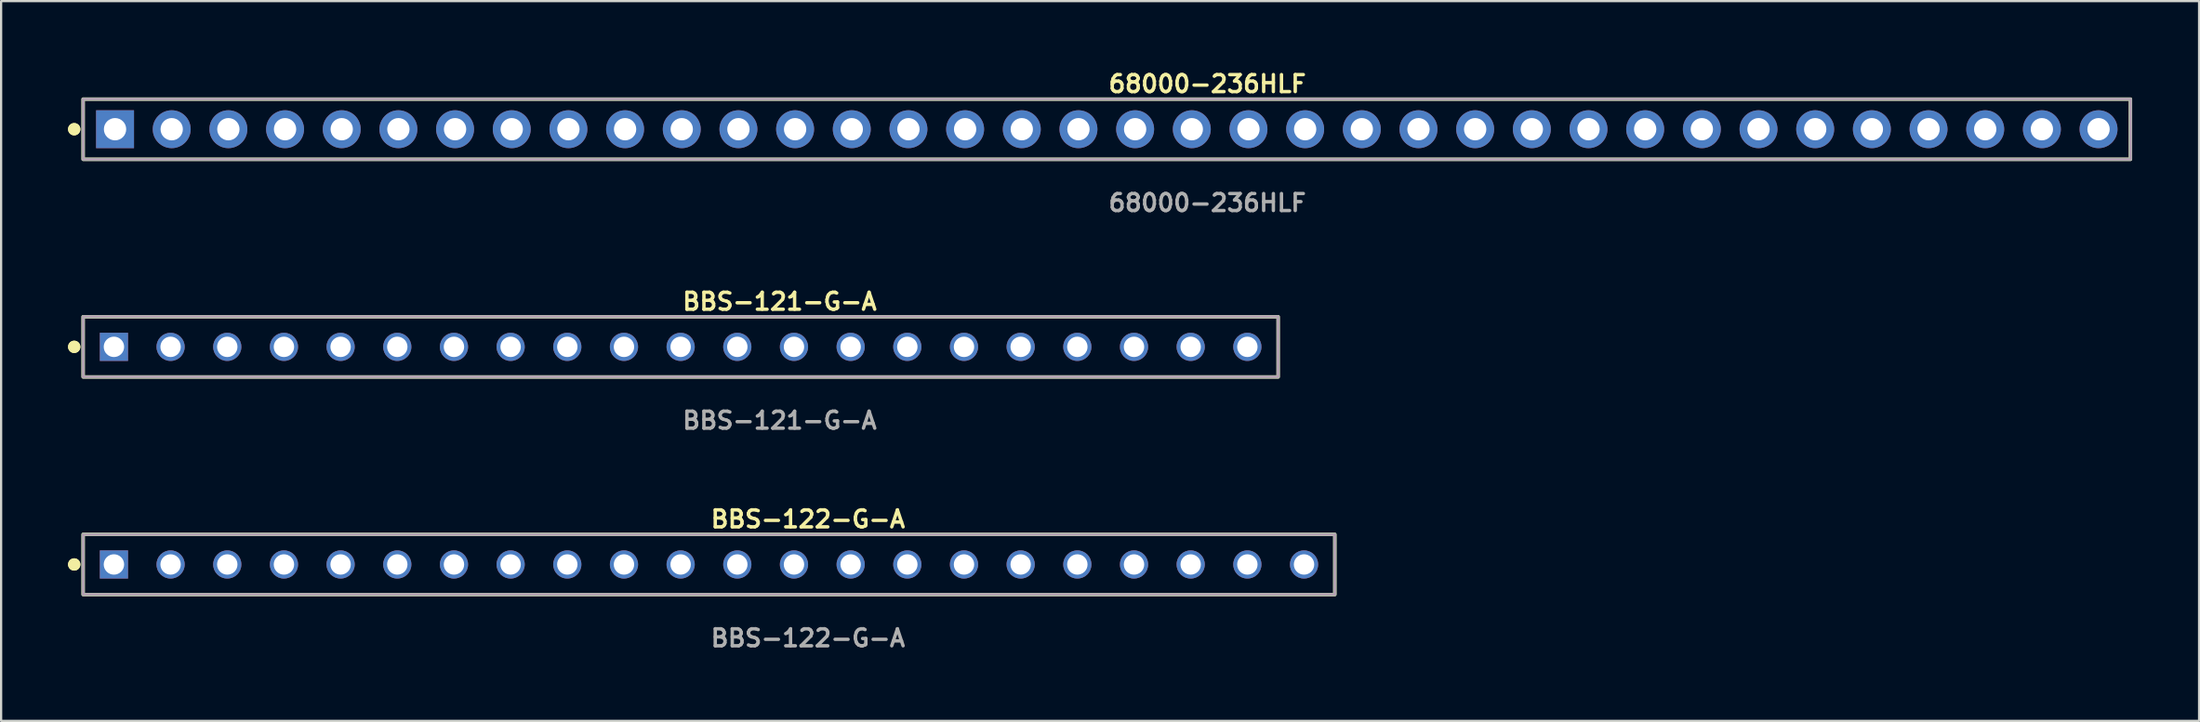
<source format=kicad_pcb>
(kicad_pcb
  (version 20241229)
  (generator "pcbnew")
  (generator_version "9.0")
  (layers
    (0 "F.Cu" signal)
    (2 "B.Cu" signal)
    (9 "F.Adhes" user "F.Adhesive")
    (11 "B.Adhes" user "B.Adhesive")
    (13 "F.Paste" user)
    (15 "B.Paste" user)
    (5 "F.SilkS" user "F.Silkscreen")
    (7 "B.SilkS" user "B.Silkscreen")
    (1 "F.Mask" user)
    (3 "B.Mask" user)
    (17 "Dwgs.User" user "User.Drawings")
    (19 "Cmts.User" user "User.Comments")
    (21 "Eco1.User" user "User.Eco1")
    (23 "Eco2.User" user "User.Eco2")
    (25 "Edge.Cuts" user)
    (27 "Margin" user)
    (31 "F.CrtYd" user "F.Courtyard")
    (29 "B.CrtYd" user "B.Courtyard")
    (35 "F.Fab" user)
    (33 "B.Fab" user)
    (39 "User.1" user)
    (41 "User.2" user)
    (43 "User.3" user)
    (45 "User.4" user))
  (footprint "BBS-121-G-A"
    (layer "F.Cu")
    (at 27.456 12.506)
    (property "Reference" "BBS-121-G-A" (at 0 -2.032 0) (unlocked yes) (layer "F.SilkS") (effects (font (size 0.762 0.762) (thickness 0.152)) (justify left)))
    (fp_rect (start -26.78 1.35) (end 26.78 -1.35) (stroke (width 0.152) (type solid)) (fill no) (layer "F.SilkS"))
    (fp_circle (center -27.18 0) (end -27.38 0) (stroke (width 0.152) (type solid)) (fill yes) (layer "F.SilkS"))
    (fp_circle (center -27.18 0) (end -27.38 0) (stroke (width 0.152) (type solid)) (fill yes) (layer "F.SilkS"))
    (fp_rect (start -26.78 1.35) (end 26.78 -1.35) (stroke (width 0.006) (type solid)) (fill no) (layer "F.CrtYd"))
    (fp_rect (start -26.78 1.35) (end 26.78 -1.35) (stroke (width 0.152) (type solid)) (fill no) (layer "F.Fab"))
    (fp_text user "${REFERENCE}" (at 0 3.302 0) (unlocked yes) (layer "F.Fab") (effects (font (size 0.762 0.762) (thickness 0.152)) (justify left)))
    (pad "1" thru_hole rect (at -25.4 0) (size 1.264 1.264) (drill 0.914) (layers "*.Cu" "*.Mask"))
    (pad "2" thru_hole circle (at -22.86 0) (size 1.264 1.264) (drill 0.914) (layers "*.Cu" "*.Mask"))
    (pad "3" thru_hole circle (at -20.32 0) (size 1.264 1.264) (drill 0.914) (layers "*.Cu" "*.Mask"))
    (pad "4" thru_hole circle (at -17.78 0) (size 1.264 1.264) (drill 0.914) (layers "*.Cu" "*.Mask"))
    (pad "5" thru_hole circle (at -15.24 0) (size 1.264 1.264) (drill 0.914) (layers "*.Cu" "*.Mask"))
    (pad "6" thru_hole circle (at -12.7 0) (size 1.264 1.264) (drill 0.914) (layers "*.Cu" "*.Mask"))
    (pad "7" thru_hole circle (at -10.16 0) (size 1.264 1.264) (drill 0.914) (layers "*.Cu" "*.Mask"))
    (pad "8" thru_hole circle (at -7.62 0) (size 1.264 1.264) (drill 0.914) (layers "*.Cu" "*.Mask"))
    (pad "9" thru_hole circle (at -5.08 0) (size 1.264 1.264) (drill 0.914) (layers "*.Cu" "*.Mask"))
    (pad "10" thru_hole circle (at -2.54 0) (size 1.264 1.264) (drill 0.914) (layers "*.Cu" "*.Mask"))
    (pad "11" thru_hole circle (at 0 0) (size 1.264 1.264) (drill 0.914) (layers "*.Cu" "*.Mask"))
    (pad "12" thru_hole circle (at 2.54 0) (size 1.264 1.264) (drill 0.914) (layers "*.Cu" "*.Mask"))
    (pad "13" thru_hole circle (at 5.08 0) (size 1.264 1.264) (drill 0.914) (layers "*.Cu" "*.Mask"))
    (pad "14" thru_hole circle (at 7.62 0) (size 1.264 1.264) (drill 0.914) (layers "*.Cu" "*.Mask"))
    (pad "15" thru_hole circle (at 10.16 0) (size 1.264 1.264) (drill 0.914) (layers "*.Cu" "*.Mask"))
    (pad "16" thru_hole circle (at 12.7 0) (size 1.264 1.264) (drill 0.914) (layers "*.Cu" "*.Mask"))
    (pad "17" thru_hole circle (at 15.24 0) (size 1.264 1.264) (drill 0.914) (layers "*.Cu" "*.Mask"))
    (pad "18" thru_hole circle (at 17.78 0) (size 1.264 1.264) (drill 0.914) (layers "*.Cu" "*.Mask"))
    (pad "19" thru_hole circle (at 20.32 0) (size 1.264 1.264) (drill 0.914) (layers "*.Cu" "*.Mask"))
    (pad "20" thru_hole circle (at 22.86 0) (size 1.264 1.264) (drill 0.914) (layers "*.Cu" "*.Mask"))
    (pad "21" thru_hole circle (at 25.4 0) (size 1.264 1.264) (drill 0.914) (layers "*.Cu" "*.Mask")))
  (footprint "68000-236HLF"
    (layer "F.Cu")
    (at 46.556 2.745)
    (property "Reference" "68000-236HLF" (at 0 -2.032 0) (unlocked yes) (layer "F.SilkS") (effects (font (size 0.762 0.762) (thickness 0.152)) (justify left)))
    (fp_rect (start -45.88 1.35) (end 45.88 -1.35) (stroke (width 0.152) (type solid)) (fill no) (layer "F.SilkS"))
    (fp_circle (center -46.28 0) (end -46.48 0) (stroke (width 0.152) (type solid)) (fill yes) (layer "F.SilkS"))
    (fp_circle (center -46.28 0) (end -46.48 0) (stroke (width 0.152) (type solid)) (fill yes) (layer "F.SilkS"))
    (fp_rect (start -45.88 1.35) (end 45.88 -1.35) (stroke (width 0.006) (type solid)) (fill no) (layer "F.CrtYd"))
    (fp_rect (start -45.88 1.35) (end 45.88 -1.35) (stroke (width 0.152) (type solid)) (fill no) (layer "F.Fab"))
    (fp_text user "${REFERENCE}" (at 0 3.302 0) (unlocked yes) (layer "F.Fab") (effects (font (size 0.762 0.762) (thickness 0.152)) (justify left)))
    (pad "1" thru_hole rect (at -44.45 0) (size 1.7 1.7) (drill 1) (layers "*.Cu" "*.Mask"))
    (pad "2" thru_hole circle (at -41.91 0) (size 1.7 1.7) (drill 1) (layers "*.Cu" "*.Mask"))
    (pad "3" thru_hole circle (at -39.37 0) (size 1.7 1.7) (drill 1) (layers "*.Cu" "*.Mask"))
    (pad "4" thru_hole circle (at -36.83 0) (size 1.7 1.7) (drill 1) (layers "*.Cu" "*.Mask"))
    (pad "5" thru_hole circle (at -34.29 0) (size 1.7 1.7) (drill 1) (layers "*.Cu" "*.Mask"))
    (pad "6" thru_hole circle (at -31.75 0) (size 1.7 1.7) (drill 1) (layers "*.Cu" "*.Mask"))
    (pad "7" thru_hole circle (at -29.21 0) (size 1.7 1.7) (drill 1) (layers "*.Cu" "*.Mask"))
    (pad "8" thru_hole circle (at -26.67 0) (size 1.7 1.7) (drill 1) (layers "*.Cu" "*.Mask"))
    (pad "9" thru_hole circle (at -24.13 0) (size 1.7 1.7) (drill 1) (layers "*.Cu" "*.Mask"))
    (pad "10" thru_hole circle (at -21.59 0) (size 1.7 1.7) (drill 1) (layers "*.Cu" "*.Mask"))
    (pad "11" thru_hole circle (at -19.05 0) (size 1.7 1.7) (drill 1) (layers "*.Cu" "*.Mask"))
    (pad "12" thru_hole circle (at -16.51 0) (size 1.7 1.7) (drill 1) (layers "*.Cu" "*.Mask"))
    (pad "13" thru_hole circle (at -13.97 0) (size 1.7 1.7) (drill 1) (layers "*.Cu" "*.Mask"))
    (pad "14" thru_hole circle (at -11.43 0) (size 1.7 1.7) (drill 1) (layers "*.Cu" "*.Mask"))
    (pad "15" thru_hole circle (at -8.89 0) (size 1.7 1.7) (drill 1) (layers "*.Cu" "*.Mask"))
    (pad "16" thru_hole circle (at -6.35 0) (size 1.7 1.7) (drill 1) (layers "*.Cu" "*.Mask"))
    (pad "17" thru_hole circle (at -3.81 0) (size 1.7 1.7) (drill 1) (layers "*.Cu" "*.Mask"))
    (pad "18" thru_hole circle (at -1.27 0) (size 1.7 1.7) (drill 1) (layers "*.Cu" "*.Mask"))
    (pad "19" thru_hole circle (at 1.27 0) (size 1.7 1.7) (drill 1) (layers "*.Cu" "*.Mask"))
    (pad "20" thru_hole circle (at 3.81 0) (size 1.7 1.7) (drill 1) (layers "*.Cu" "*.Mask"))
    (pad "21" thru_hole circle (at 6.35 0) (size 1.7 1.7) (drill 1) (layers "*.Cu" "*.Mask"))
    (pad "22" thru_hole circle (at 8.89 0) (size 1.7 1.7) (drill 1) (layers "*.Cu" "*.Mask"))
    (pad "23" thru_hole circle (at 11.43 0) (size 1.7 1.7) (drill 1) (layers "*.Cu" "*.Mask"))
    (pad "24" thru_hole circle (at 13.97 0) (size 1.7 1.7) (drill 1) (layers "*.Cu" "*.Mask"))
    (pad "25" thru_hole circle (at 16.51 0) (size 1.7 1.7) (drill 1) (layers "*.Cu" "*.Mask"))
    (pad "26" thru_hole circle (at 19.05 0) (size 1.7 1.7) (drill 1) (layers "*.Cu" "*.Mask"))
    (pad "27" thru_hole circle (at 21.59 0) (size 1.7 1.7) (drill 1) (layers "*.Cu" "*.Mask"))
    (pad "28" thru_hole circle (at 24.13 0) (size 1.7 1.7) (drill 1) (layers "*.Cu" "*.Mask"))
    (pad "29" thru_hole circle (at 26.67 0) (size 1.7 1.7) (drill 1) (layers "*.Cu" "*.Mask"))
    (pad "30" thru_hole circle (at 29.21 0) (size 1.7 1.7) (drill 1) (layers "*.Cu" "*.Mask"))
    (pad "31" thru_hole circle (at 31.75 0) (size 1.7 1.7) (drill 1) (layers "*.Cu" "*.Mask"))
    (pad "32" thru_hole circle (at 34.29 0) (size 1.7 1.7) (drill 1) (layers "*.Cu" "*.Mask"))
    (pad "33" thru_hole circle (at 36.83 0) (size 1.7 1.7) (drill 1) (layers "*.Cu" "*.Mask"))
    (pad "34" thru_hole circle (at 39.37 0) (size 1.7 1.7) (drill 1) (layers "*.Cu" "*.Mask"))
    (pad "35" thru_hole circle (at 41.91 0) (size 1.7 1.7) (drill 1) (layers "*.Cu" "*.Mask"))
    (pad "36" thru_hole circle (at 44.45 0) (size 1.7 1.7) (drill 1) (layers "*.Cu" "*.Mask")))
  (footprint "BBS-122-G-A"
    (layer "F.Cu")
    (at 28.726 22.266)
    (property "Reference" "BBS-122-G-A" (at 0 -2.032 0) (unlocked yes) (layer "F.SilkS") (effects (font (size 0.762 0.762) (thickness 0.152)) (justify left)))
    (fp_rect (start -28.05 1.35) (end 28.05 -1.35) (stroke (width 0.152) (type solid)) (fill no) (layer "F.SilkS"))
    (fp_circle (center -28.45 0) (end -28.65 0) (stroke (width 0.152) (type solid)) (fill yes) (layer "F.SilkS"))
    (fp_circle (center -28.45 0) (end -28.65 0) (stroke (width 0.152) (type solid)) (fill yes) (layer "F.SilkS"))
    (fp_rect (start -28.05 1.35) (end 28.05 -1.35) (stroke (width 0.006) (type solid)) (fill no) (layer "F.CrtYd"))
    (fp_rect (start -28.05 1.35) (end 28.05 -1.35) (stroke (width 0.152) (type solid)) (fill no) (layer "F.Fab"))
    (fp_text user "${REFERENCE}" (at 0 3.302 0) (unlocked yes) (layer "F.Fab") (effects (font (size 0.762 0.762) (thickness 0.152)) (justify left)))
    (pad "1" thru_hole rect (at -26.67 0) (size 1.264 1.264) (drill 0.914) (layers "*.Cu" "*.Mask"))
    (pad "2" thru_hole circle (at -24.13 0) (size 1.264 1.264) (drill 0.914) (layers "*.Cu" "*.Mask"))
    (pad "3" thru_hole circle (at -21.59 0) (size 1.264 1.264) (drill 0.914) (layers "*.Cu" "*.Mask"))
    (pad "4" thru_hole circle (at -19.05 0) (size 1.264 1.264) (drill 0.914) (layers "*.Cu" "*.Mask"))
    (pad "5" thru_hole circle (at -16.51 0) (size 1.264 1.264) (drill 0.914) (layers "*.Cu" "*.Mask"))
    (pad "6" thru_hole circle (at -13.97 0) (size 1.264 1.264) (drill 0.914) (layers "*.Cu" "*.Mask"))
    (pad "7" thru_hole circle (at -11.43 0) (size 1.264 1.264) (drill 0.914) (layers "*.Cu" "*.Mask"))
    (pad "8" thru_hole circle (at -8.89 0) (size 1.264 1.264) (drill 0.914) (layers "*.Cu" "*.Mask"))
    (pad "9" thru_hole circle (at -6.35 0) (size 1.264 1.264) (drill 0.914) (layers "*.Cu" "*.Mask"))
    (pad "10" thru_hole circle (at -3.81 0) (size 1.264 1.264) (drill 0.914) (layers "*.Cu" "*.Mask"))
    (pad "11" thru_hole circle (at -1.27 0) (size 1.264 1.264) (drill 0.914) (layers "*.Cu" "*.Mask"))
    (pad "12" thru_hole circle (at 1.27 0) (size 1.264 1.264) (drill 0.914) (layers "*.Cu" "*.Mask"))
    (pad "13" thru_hole circle (at 3.81 0) (size 1.264 1.264) (drill 0.914) (layers "*.Cu" "*.Mask"))
    (pad "14" thru_hole circle (at 6.35 0) (size 1.264 1.264) (drill 0.914) (layers "*.Cu" "*.Mask"))
    (pad "15" thru_hole circle (at 8.89 0) (size 1.264 1.264) (drill 0.914) (layers "*.Cu" "*.Mask"))
    (pad "16" thru_hole circle (at 11.43 0) (size 1.264 1.264) (drill 0.914) (layers "*.Cu" "*.Mask"))
    (pad "17" thru_hole circle (at 13.97 0) (size 1.264 1.264) (drill 0.914) (layers "*.Cu" "*.Mask"))
    (pad "18" thru_hole circle (at 16.51 0) (size 1.264 1.264) (drill 0.914) (layers "*.Cu" "*.Mask"))
    (pad "19" thru_hole circle (at 19.05 0) (size 1.264 1.264) (drill 0.914) (layers "*.Cu" "*.Mask"))
    (pad "20" thru_hole circle (at 21.59 0) (size 1.264 1.264) (drill 0.914) (layers "*.Cu" "*.Mask"))
    (pad "21" thru_hole circle (at 24.13 0) (size 1.264 1.264) (drill 0.914) (layers "*.Cu" "*.Mask"))
    (pad "22" thru_hole circle (at 26.67 0) (size 1.264 1.264) (drill 0.914) (layers "*.Cu" "*.Mask")))
  (gr_rect
    (start -3 -3)
    (end 95.512 29.281)
    (stroke (width 0.1) (type default))
    (fill no)
    (layer "Edge.Cuts")))
</source>
